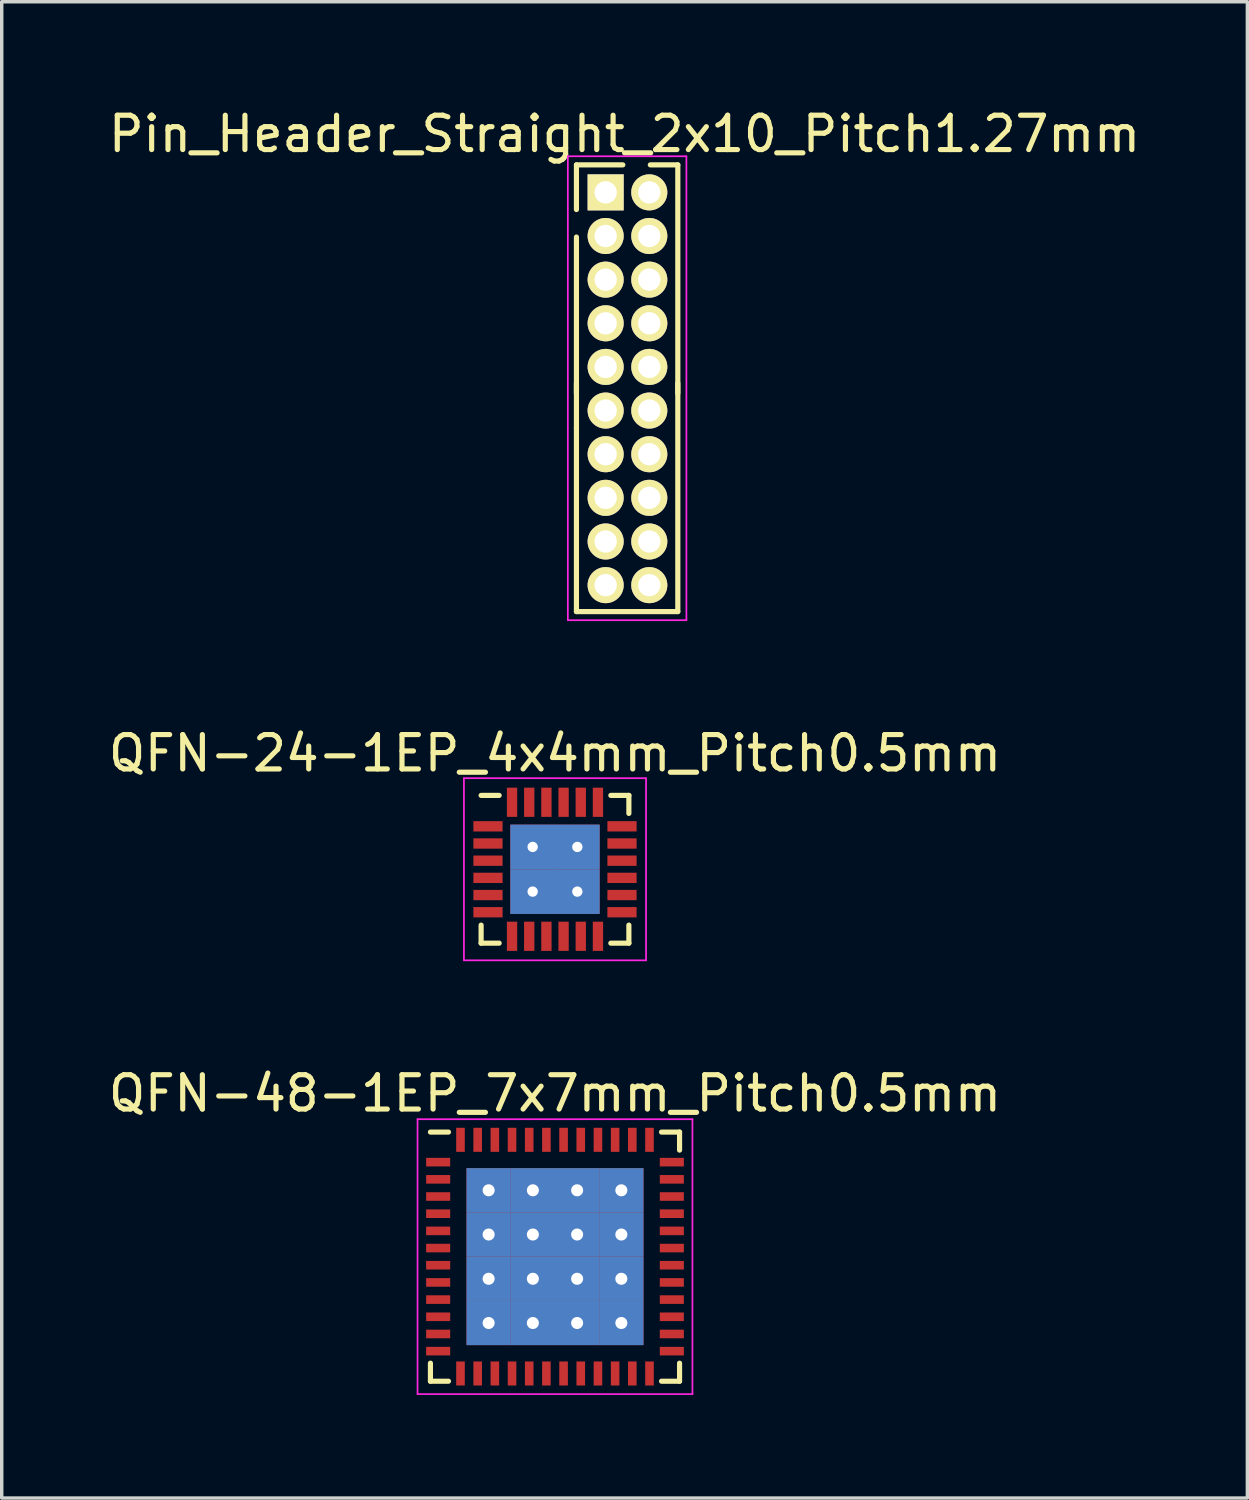
<source format=kicad_pcb>
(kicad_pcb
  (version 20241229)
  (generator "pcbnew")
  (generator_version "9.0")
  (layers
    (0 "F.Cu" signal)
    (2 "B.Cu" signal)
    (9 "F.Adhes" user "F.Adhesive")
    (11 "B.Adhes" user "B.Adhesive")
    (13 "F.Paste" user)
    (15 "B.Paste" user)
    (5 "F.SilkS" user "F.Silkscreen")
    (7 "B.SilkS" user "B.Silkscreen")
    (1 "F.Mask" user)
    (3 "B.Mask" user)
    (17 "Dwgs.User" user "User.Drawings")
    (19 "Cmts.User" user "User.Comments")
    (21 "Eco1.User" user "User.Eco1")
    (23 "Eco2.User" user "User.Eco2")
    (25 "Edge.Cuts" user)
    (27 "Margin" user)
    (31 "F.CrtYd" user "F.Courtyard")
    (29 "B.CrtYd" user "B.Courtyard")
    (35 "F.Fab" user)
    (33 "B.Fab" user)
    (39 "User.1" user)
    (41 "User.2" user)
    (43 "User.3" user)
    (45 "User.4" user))
  (footprint "QFN-48-1EP_7x7mm_Pitch0.5mm"
    (layer "F.Cu")
    (at 13.101 33.52)
    (property "Reference" "QFN-48-1EP_7x7mm_Pitch0.5mm" (at 0 -4.75 0) (layer "F.SilkS") (effects (font (size 1 1) (thickness 0.15))))
    (attr smd)
    (fp_line (start -3.625 -3.625) (end -3.1 -3.625) (stroke (width 0.15) (type solid)) (layer "F.SilkS"))
    (fp_line (start -3.625 3.625) (end -3.625 3.1) (stroke (width 0.15) (type solid)) (layer "F.SilkS"))
    (fp_line (start -3.625 3.625) (end -3.1 3.625) (stroke (width 0.15) (type solid)) (layer "F.SilkS"))
    (fp_line (start 3.625 -3.625) (end 3.1 -3.625) (stroke (width 0.15) (type solid)) (layer "F.SilkS"))
    (fp_line (start 3.625 -3.625) (end 3.625 -3.1) (stroke (width 0.15) (type solid)) (layer "F.SilkS"))
    (fp_line (start 3.625 3.625) (end 3.1 3.625) (stroke (width 0.15) (type solid)) (layer "F.SilkS"))
    (fp_line (start 3.625 3.625) (end 3.625 3.1) (stroke (width 0.15) (type solid)) (layer "F.SilkS"))
    (fp_line (start -4 -4) (end -4 4) (stroke (width 0.05) (type solid)) (layer "F.CrtYd"))
    (fp_line (start -4 -4) (end 4 -4) (stroke (width 0.05) (type solid)) (layer "F.CrtYd"))
    (fp_line (start -4 4) (end 4 4) (stroke (width 0.05) (type solid)) (layer "F.CrtYd"))
    (fp_line (start 4 -4) (end 4 4) (stroke (width 0.05) (type solid)) (layer "F.CrtYd"))
    (pad "1" smd rect (at -3.4 -2.75) (size 0.7 0.25) (layers "F.Cu" "F.Mask" "F.Paste"))
    (pad "2" smd rect (at -3.4 -2.25) (size 0.7 0.25) (layers "F.Cu" "F.Mask" "F.Paste"))
    (pad "3" smd rect (at -3.4 -1.75) (size 0.7 0.25) (layers "F.Cu" "F.Mask" "F.Paste"))
    (pad "4" smd rect (at -3.4 -1.25) (size 0.7 0.25) (layers "F.Cu" "F.Mask" "F.Paste"))
    (pad "5" smd rect (at -3.4 -0.75) (size 0.7 0.25) (layers "F.Cu" "F.Mask" "F.Paste"))
    (pad "6" smd rect (at -3.4 -0.25) (size 0.7 0.25) (layers "F.Cu" "F.Mask" "F.Paste"))
    (pad "7" smd rect (at -3.4 0.25) (size 0.7 0.25) (layers "F.Cu" "F.Mask" "F.Paste"))
    (pad "8" smd rect (at -3.4 0.75) (size 0.7 0.25) (layers "F.Cu" "F.Mask" "F.Paste"))
    (pad "9" smd rect (at -3.4 1.25) (size 0.7 0.25) (layers "F.Cu" "F.Mask" "F.Paste"))
    (pad "10" smd rect (at -3.4 1.75) (size 0.7 0.25) (layers "F.Cu" "F.Mask" "F.Paste"))
    (pad "11" smd rect (at -3.4 2.25) (size 0.7 0.25) (layers "F.Cu" "F.Mask" "F.Paste"))
    (pad "12" smd rect (at -3.4 2.75) (size 0.7 0.25) (layers "F.Cu" "F.Mask" "F.Paste"))
    (pad "13" smd rect (at -2.75 3.4 90) (size 0.7 0.25) (layers "F.Cu" "F.Mask" "F.Paste"))
    (pad "14" smd rect (at -2.25 3.4 90) (size 0.7 0.25) (layers "F.Cu" "F.Mask" "F.Paste"))
    (pad "15" smd rect (at -1.75 3.4 90) (size 0.7 0.25) (layers "F.Cu" "F.Mask" "F.Paste"))
    (pad "16" smd rect (at -1.25 3.4 90) (size 0.7 0.25) (layers "F.Cu" "F.Mask" "F.Paste"))
    (pad "17" smd rect (at -0.75 3.4 90) (size 0.7 0.25) (layers "F.Cu" "F.Mask" "F.Paste"))
    (pad "18" smd rect (at -0.25 3.4 90) (size 0.7 0.25) (layers "F.Cu" "F.Mask" "F.Paste"))
    (pad "19" smd rect (at 0.25 3.4 90) (size 0.7 0.25) (layers "F.Cu" "F.Mask" "F.Paste"))
    (pad "20" smd rect (at 0.75 3.4 90) (size 0.7 0.25) (layers "F.Cu" "F.Mask" "F.Paste"))
    (pad "21" smd rect (at 1.25 3.4 90) (size 0.7 0.25) (layers "F.Cu" "F.Mask" "F.Paste"))
    (pad "22" smd rect (at 1.75 3.4 90) (size 0.7 0.25) (layers "F.Cu" "F.Mask" "F.Paste"))
    (pad "23" smd rect (at 2.25 3.4 90) (size 0.7 0.25) (layers "F.Cu" "F.Mask" "F.Paste"))
    (pad "24" smd rect (at 2.75 3.4 90) (size 0.7 0.25) (layers "F.Cu" "F.Mask" "F.Paste"))
    (pad "25" smd rect (at 3.4 2.75) (size 0.7 0.25) (layers "F.Cu" "F.Mask" "F.Paste"))
    (pad "26" smd rect (at 3.4 2.25) (size 0.7 0.25) (layers "F.Cu" "F.Mask" "F.Paste"))
    (pad "27" smd rect (at 3.4 1.75) (size 0.7 0.25) (layers "F.Cu" "F.Mask" "F.Paste"))
    (pad "28" smd rect (at 3.4 1.25) (size 0.7 0.25) (layers "F.Cu" "F.Mask" "F.Paste"))
    (pad "29" smd rect (at 3.4 0.75) (size 0.7 0.25) (layers "F.Cu" "F.Mask" "F.Paste"))
    (pad "30" smd rect (at 3.4 0.25) (size 0.7 0.25) (layers "F.Cu" "F.Mask" "F.Paste"))
    (pad "31" smd rect (at 3.4 -0.25) (size 0.7 0.25) (layers "F.Cu" "F.Mask" "F.Paste"))
    (pad "32" smd rect (at 3.4 -0.75) (size 0.7 0.25) (layers "F.Cu" "F.Mask" "F.Paste"))
    (pad "33" smd rect (at 3.4 -1.25) (size 0.7 0.25) (layers "F.Cu" "F.Mask" "F.Paste"))
    (pad "34" smd rect (at 3.4 -1.75) (size 0.7 0.25) (layers "F.Cu" "F.Mask" "F.Paste"))
    (pad "35" smd rect (at 3.4 -2.25) (size 0.7 0.25) (layers "F.Cu" "F.Mask" "F.Paste"))
    (pad "36" smd rect (at 3.4 -2.75) (size 0.7 0.25) (layers "F.Cu" "F.Mask" "F.Paste"))
    (pad "37" smd rect (at 2.75 -3.4 90) (size 0.7 0.25) (layers "F.Cu" "F.Mask" "F.Paste"))
    (pad "38" smd rect (at 2.25 -3.4 90) (size 0.7 0.25) (layers "F.Cu" "F.Mask" "F.Paste"))
    (pad "39" smd rect (at 1.75 -3.4 90) (size 0.7 0.25) (layers "F.Cu" "F.Mask" "F.Paste"))
    (pad "40" smd rect (at 1.25 -3.4 90) (size 0.7 0.25) (layers "F.Cu" "F.Mask" "F.Paste"))
    (pad "41" smd rect (at 0.75 -3.4 90) (size 0.7 0.25) (layers "F.Cu" "F.Mask" "F.Paste"))
    (pad "42" smd rect (at 0.25 -3.4 90) (size 0.7 0.25) (layers "F.Cu" "F.Mask" "F.Paste"))
    (pad "43" smd rect (at -0.25 -3.4 90) (size 0.7 0.25) (layers "F.Cu" "F.Mask" "F.Paste"))
    (pad "44" smd rect (at -0.75 -3.4 90) (size 0.7 0.25) (layers "F.Cu" "F.Mask" "F.Paste"))
    (pad "45" smd rect (at -1.25 -3.4 90) (size 0.7 0.25) (layers "F.Cu" "F.Mask" "F.Paste"))
    (pad "46" smd rect (at -1.75 -3.4 90) (size 0.7 0.25) (layers "F.Cu" "F.Mask" "F.Paste"))
    (pad "47" smd rect (at -2.25 -3.4 90) (size 0.7 0.25) (layers "F.Cu" "F.Mask" "F.Paste"))
    (pad "48" smd rect (at -2.75 -3.4 90) (size 0.7 0.25) (layers "F.Cu" "F.Mask" "F.Paste"))
    (pad "49" thru_hole rect (at -1.931 -1.931) (size 1.288 1.288) (drill 0.35) (layers "*.Cu" "F.Mask" "F.Paste"))
    (pad "49" thru_hole rect (at -1.931 -0.644) (size 1.288 1.288) (drill 0.35) (layers "*.Cu" "F.Mask" "F.Paste"))
    (pad "49" thru_hole rect (at -1.931 0.644) (size 1.288 1.288) (drill 0.35) (layers "*.Cu" "F.Mask" "F.Paste"))
    (pad "49" thru_hole rect (at -1.931 1.931) (size 1.288 1.288) (drill 0.35) (layers "*.Cu" "F.Mask" "F.Paste"))
    (pad "49" thru_hole rect (at -0.644 -1.931) (size 1.288 1.288) (drill 0.35) (layers "*.Cu" "F.Mask" "F.Paste"))
    (pad "49" thru_hole rect (at -0.644 -0.644) (size 1.288 1.288) (drill 0.35) (layers "*.Cu" "F.Mask" "F.Paste"))
    (pad "49" thru_hole rect (at -0.644 0.644) (size 1.288 1.288) (drill 0.35) (layers "*.Cu" "F.Mask" "F.Paste"))
    (pad "49" thru_hole rect (at -0.644 1.931) (size 1.288 1.288) (drill 0.35) (layers "*.Cu" "F.Mask" "F.Paste"))
    (pad "49" thru_hole rect (at 0.644 -1.931) (size 1.288 1.288) (drill 0.35) (layers "*.Cu" "F.Mask" "F.Paste"))
    (pad "49" thru_hole rect (at 0.644 -0.644) (size 1.288 1.288) (drill 0.35) (layers "*.Cu" "F.Mask" "F.Paste"))
    (pad "49" thru_hole rect (at 0.644 0.644) (size 1.288 1.288) (drill 0.35) (layers "*.Cu" "F.Mask" "F.Paste"))
    (pad "49" thru_hole rect (at 0.644 1.931) (size 1.288 1.288) (drill 0.35) (layers "*.Cu" "F.Mask" "F.Paste"))
    (pad "49" thru_hole rect (at 1.931 -1.931) (size 1.288 1.288) (drill 0.35) (layers "*.Cu" "F.Mask" "F.Paste"))
    (pad "49" thru_hole rect (at 1.931 -0.644) (size 1.288 1.288) (drill 0.35) (layers "*.Cu" "F.Mask" "F.Paste"))
    (pad "49" thru_hole rect (at 1.931 0.644) (size 1.288 1.288) (drill 0.35) (layers "*.Cu" "F.Mask" "F.Paste"))
    (pad "49" thru_hole rect (at 1.931 1.931) (size 1.288 1.288) (drill 0.35) (layers "*.Cu" "F.Mask" "F.Paste")))
  (footprint "QFN-24-1EP_4x4mm_Pitch0.5mm"
    (layer "F.Cu")
    (at 13.101 22.247)
    (property "Reference" "QFN-24-1EP_4x4mm_Pitch0.5mm" (at 0 -3.375 0) (layer "F.SilkS") (effects (font (size 1 1) (thickness 0.15))))
    (attr smd)
    (fp_line (start -2.15 -2.15) (end -1.625 -2.15) (stroke (width 0.15) (type solid)) (layer "F.SilkS"))
    (fp_line (start -2.15 2.15) (end -2.15 1.625) (stroke (width 0.15) (type solid)) (layer "F.SilkS"))
    (fp_line (start -2.15 2.15) (end -1.625 2.15) (stroke (width 0.15) (type solid)) (layer "F.SilkS"))
    (fp_line (start 2.15 -2.15) (end 1.625 -2.15) (stroke (width 0.15) (type solid)) (layer "F.SilkS"))
    (fp_line (start 2.15 -2.15) (end 2.15 -1.625) (stroke (width 0.15) (type solid)) (layer "F.SilkS"))
    (fp_line (start 2.15 2.15) (end 1.625 2.15) (stroke (width 0.15) (type solid)) (layer "F.SilkS"))
    (fp_line (start 2.15 2.15) (end 2.15 1.625) (stroke (width 0.15) (type solid)) (layer "F.SilkS"))
    (fp_line (start -2.65 -2.65) (end -2.65 2.65) (stroke (width 0.05) (type solid)) (layer "F.CrtYd"))
    (fp_line (start -2.65 -2.65) (end 2.65 -2.65) (stroke (width 0.05) (type solid)) (layer "F.CrtYd"))
    (fp_line (start -2.65 2.65) (end 2.65 2.65) (stroke (width 0.05) (type solid)) (layer "F.CrtYd"))
    (fp_line (start 2.65 -2.65) (end 2.65 2.65) (stroke (width 0.05) (type solid)) (layer "F.CrtYd"))
    (pad "1" smd rect (at -1.95 -1.25) (size 0.85 0.3) (layers "F.Cu" "F.Mask" "F.Paste"))
    (pad "2" smd rect (at -1.95 -0.75) (size 0.85 0.3) (layers "F.Cu" "F.Mask" "F.Paste"))
    (pad "3" smd rect (at -1.95 -0.25) (size 0.85 0.3) (layers "F.Cu" "F.Mask" "F.Paste"))
    (pad "4" smd rect (at -1.95 0.25) (size 0.85 0.3) (layers "F.Cu" "F.Mask" "F.Paste"))
    (pad "5" smd rect (at -1.95 0.75) (size 0.85 0.3) (layers "F.Cu" "F.Mask" "F.Paste"))
    (pad "6" smd rect (at -1.95 1.25) (size 0.85 0.3) (layers "F.Cu" "F.Mask" "F.Paste"))
    (pad "7" smd rect (at -1.25 1.95 90) (size 0.85 0.3) (layers "F.Cu" "F.Mask" "F.Paste"))
    (pad "8" smd rect (at -0.75 1.95 90) (size 0.85 0.3) (layers "F.Cu" "F.Mask" "F.Paste"))
    (pad "9" smd rect (at -0.25 1.95 90) (size 0.85 0.3) (layers "F.Cu" "F.Mask" "F.Paste"))
    (pad "10" smd rect (at 0.25 1.95 90) (size 0.85 0.3) (layers "F.Cu" "F.Mask" "F.Paste"))
    (pad "11" smd rect (at 0.75 1.95 90) (size 0.85 0.3) (layers "F.Cu" "F.Mask" "F.Paste"))
    (pad "12" smd rect (at 1.25 1.95 90) (size 0.85 0.3) (layers "F.Cu" "F.Mask" "F.Paste"))
    (pad "13" smd rect (at 1.95 1.25) (size 0.85 0.3) (layers "F.Cu" "F.Mask" "F.Paste"))
    (pad "14" smd rect (at 1.95 0.75) (size 0.85 0.3) (layers "F.Cu" "F.Mask" "F.Paste"))
    (pad "15" smd rect (at 1.95 0.25) (size 0.85 0.3) (layers "F.Cu" "F.Mask" "F.Paste"))
    (pad "16" smd rect (at 1.95 -0.25) (size 0.85 0.3) (layers "F.Cu" "F.Mask" "F.Paste"))
    (pad "17" smd rect (at 1.95 -0.75) (size 0.85 0.3) (layers "F.Cu" "F.Mask" "F.Paste"))
    (pad "18" smd rect (at 1.95 -1.25) (size 0.85 0.3) (layers "F.Cu" "F.Mask" "F.Paste"))
    (pad "19" smd rect (at 1.25 -1.95 90) (size 0.85 0.3) (layers "F.Cu" "F.Mask" "F.Paste"))
    (pad "20" smd rect (at 0.75 -1.95 90) (size 0.85 0.3) (layers "F.Cu" "F.Mask" "F.Paste"))
    (pad "21" smd rect (at 0.25 -1.95 90) (size 0.85 0.3) (layers "F.Cu" "F.Mask" "F.Paste"))
    (pad "22" smd rect (at -0.25 -1.95 90) (size 0.85 0.3) (layers "F.Cu" "F.Mask" "F.Paste"))
    (pad "23" smd rect (at -0.75 -1.95 90) (size 0.85 0.3) (layers "F.Cu" "F.Mask" "F.Paste"))
    (pad "24" smd rect (at -1.25 -1.95 90) (size 0.85 0.3) (layers "F.Cu" "F.Mask" "F.Paste"))
    (pad "25" thru_hole rect (at -0.65 -0.65) (size 1.3 1.3) (drill 0.3) (layers "*.Cu" "F.Mask" "F.Paste"))
    (pad "25" thru_hole rect (at -0.65 0.65) (size 1.3 1.3) (drill 0.3) (layers "*.Cu" "F.Mask" "F.Paste"))
    (pad "25" thru_hole rect (at 0.65 -0.65) (size 1.3 1.3) (drill 0.3) (layers "*.Cu" "F.Mask" "F.Paste"))
    (pad "25" thru_hole rect (at 0.65 0.65) (size 1.3 1.3) (drill 0.3) (layers "*.Cu" "F.Mask" "F.Paste")))
  (footprint "Pin_Header_Straight_2x10_Pitch1.27mm"
    (layer "F.Cu")
    (at 14.575 2.548)
    (property "Reference" "Pin_Header_Straight_2x10_Pitch1.27mm" (at 0.55 -1.7 0) (layer "F.SilkS") (effects (font (size 1 1) (thickness 0.15))))
    (attr through_hole)
    (fp_line (start -0.85 -0.8) (end -0.85 0.5) (stroke (width 0.15) (type solid)) (layer "F.SilkS"))
    (fp_line (start -0.85 5.55) (end -0.85 6.85) (stroke (width 0.15) (type solid)) (layer "F.SilkS"))
    (fp_line (start -0.85 5.85) (end -0.85 1.3) (stroke (width 0.15) (type solid)) (layer "F.SilkS"))
    (fp_line (start -0.85 12.2) (end -0.85 6.85) (stroke (width 0.15) (type solid)) (layer "F.SilkS"))
    (fp_line (start 0.5 -0.8) (end -0.85 -0.8) (stroke (width 0.15) (type solid)) (layer "F.SilkS"))
    (fp_line (start 2.1 -0.8) (end 1.3 -0.8) (stroke (width 0.15) (type solid)) (layer "F.SilkS"))
    (fp_line (start 2.1 5.85) (end 2.1 -0.8) (stroke (width 0.15) (type solid)) (layer "F.SilkS"))
    (fp_line (start 2.1 12.2) (end -0.85 12.2) (stroke (width 0.15) (type solid)) (layer "F.SilkS"))
    (fp_line (start 2.1 12.2) (end 2.1 5.55) (stroke (width 0.15) (type solid)) (layer "F.SilkS"))
    (fp_line (start -1.1 -1.05) (end -1.1 12.45) (stroke (width 0.05) (type solid)) (layer "F.CrtYd"))
    (fp_line (start -1.1 -1.05) (end 2.35 -1.05) (stroke (width 0.05) (type solid)) (layer "F.CrtYd"))
    (fp_line (start -1.1 12.45) (end 2.35 12.45) (stroke (width 0.05) (type solid)) (layer "F.CrtYd"))
    (fp_line (start 2.35 -1.05) (end 2.35 12.45) (stroke (width 0.05) (type solid)) (layer "F.CrtYd"))
    (pad "1" thru_hole rect (at 0 0) (size 1.05 1.05) (drill 0.65) (layers "*.Cu" "*.Mask" "F.SilkS"))
    (pad "2" thru_hole circle (at 1.27 0) (size 1.05 1.05) (drill 0.65) (layers "*.Cu" "*.Mask" "F.SilkS"))
    (pad "3" thru_hole circle (at 0 1.27) (size 1.05 1.05) (drill 0.65) (layers "*.Cu" "*.Mask" "F.SilkS"))
    (pad "4" thru_hole circle (at 1.27 1.27) (size 1.05 1.05) (drill 0.65) (layers "*.Cu" "*.Mask" "F.SilkS"))
    (pad "5" thru_hole circle (at 0 2.54) (size 1.05 1.05) (drill 0.65) (layers "*.Cu" "*.Mask" "F.SilkS"))
    (pad "6" thru_hole circle (at 1.27 2.54) (size 1.05 1.05) (drill 0.65) (layers "*.Cu" "*.Mask" "F.SilkS"))
    (pad "7" thru_hole circle (at 0 3.81) (size 1.05 1.05) (drill 0.65) (layers "*.Cu" "*.Mask" "F.SilkS"))
    (pad "8" thru_hole circle (at 1.27 3.81) (size 1.05 1.05) (drill 0.65) (layers "*.Cu" "*.Mask" "F.SilkS"))
    (pad "9" thru_hole circle (at 0 5.08) (size 1.05 1.05) (drill 0.65) (layers "*.Cu" "*.Mask" "F.SilkS"))
    (pad "10" thru_hole circle (at 1.27 5.08) (size 1.05 1.05) (drill 0.65) (layers "*.Cu" "*.Mask" "F.SilkS"))
    (pad "11" thru_hole circle (at 0 6.35) (size 1.05 1.05) (drill 0.65) (layers "*.Cu" "*.Mask" "F.SilkS"))
    (pad "12" thru_hole circle (at 1.27 6.35) (size 1.05 1.05) (drill 0.65) (layers "*.Cu" "*.Mask" "F.SilkS"))
    (pad "13" thru_hole circle (at 0 7.62) (size 1.05 1.05) (drill 0.65) (layers "*.Cu" "*.Mask" "F.SilkS"))
    (pad "14" thru_hole circle (at 1.27 7.62) (size 1.05 1.05) (drill 0.65) (layers "*.Cu" "*.Mask" "F.SilkS"))
    (pad "15" thru_hole circle (at 0 8.89) (size 1.05 1.05) (drill 0.65) (layers "*.Cu" "*.Mask" "F.SilkS"))
    (pad "16" thru_hole circle (at 1.27 8.89) (size 1.05 1.05) (drill 0.65) (layers "*.Cu" "*.Mask" "F.SilkS"))
    (pad "17" thru_hole circle (at 0 10.16) (size 1.05 1.05) (drill 0.65) (layers "*.Cu" "*.Mask" "F.SilkS"))
    (pad "18" thru_hole circle (at 1.27 10.16) (size 1.05 1.05) (drill 0.65) (layers "*.Cu" "*.Mask" "F.SilkS"))
    (pad "19" thru_hole circle (at 0 11.43) (size 1.05 1.05) (drill 0.65) (layers "*.Cu" "*.Mask" "F.SilkS"))
    (pad "20" thru_hole circle (at 1.27 11.43) (size 1.05 1.05) (drill 0.65) (layers "*.Cu" "*.Mask" "F.SilkS")))
  (gr_rect
    (start -3 -3)
    (end 33.25 40.545)
    (stroke (width 0.1) (type default))
    (fill no)
    (layer "Edge.Cuts")))
</source>
